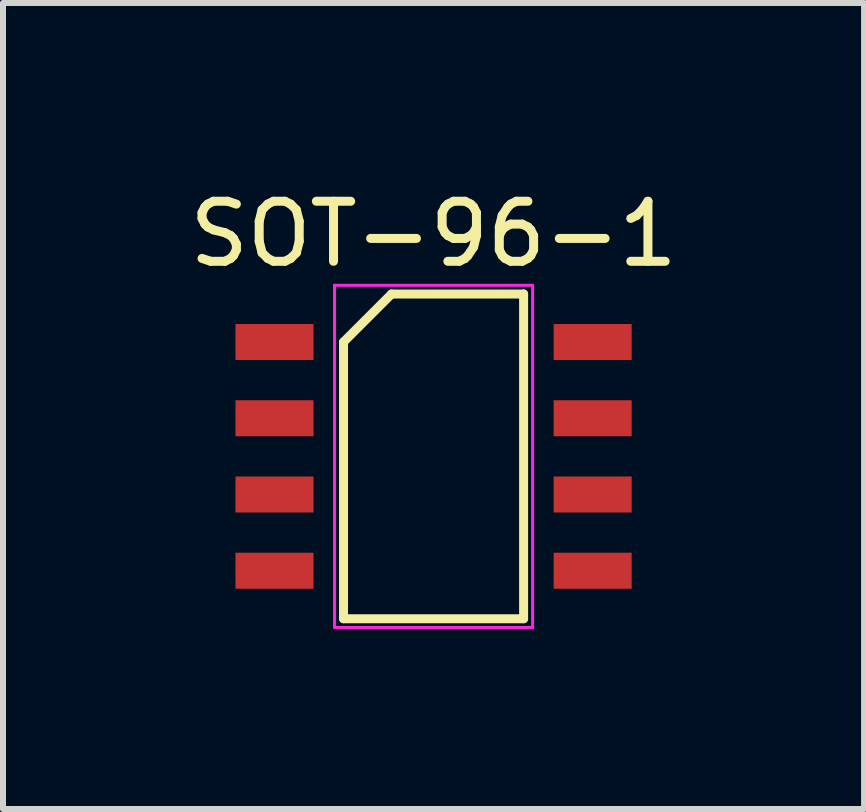
<source format=kicad_pcb>
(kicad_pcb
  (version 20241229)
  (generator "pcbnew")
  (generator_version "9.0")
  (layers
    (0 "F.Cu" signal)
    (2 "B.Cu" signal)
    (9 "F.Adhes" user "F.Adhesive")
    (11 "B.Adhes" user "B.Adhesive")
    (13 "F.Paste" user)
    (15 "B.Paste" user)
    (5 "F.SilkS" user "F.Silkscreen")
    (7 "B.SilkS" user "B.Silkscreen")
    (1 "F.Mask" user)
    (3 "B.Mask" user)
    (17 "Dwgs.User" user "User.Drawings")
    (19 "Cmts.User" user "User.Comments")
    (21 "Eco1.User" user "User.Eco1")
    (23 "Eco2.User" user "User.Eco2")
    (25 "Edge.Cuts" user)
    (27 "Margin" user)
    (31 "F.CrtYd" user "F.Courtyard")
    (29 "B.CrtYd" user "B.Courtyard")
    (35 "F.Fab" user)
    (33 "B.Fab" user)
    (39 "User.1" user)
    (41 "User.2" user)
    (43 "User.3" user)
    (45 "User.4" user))
  (footprint "SOT-96-1"
    (layer "F.Cu")
    (at 4.173 4.074)
    (property "Reference" "SOT-96-1" (at 0 -3.226 0) (layer "F.SilkS") (effects (font (size 1 1) (thickness 0.15))))
    (attr smd)
    (fp_line (start -1.5 -1.426) (end -0.7 -2.226) (stroke (width 0.15) (type solid)) (layer "F.SilkS"))
    (fp_line (start -1.5 3.184) (end -1.5 -1.426) (stroke (width 0.15) (type solid)) (layer "F.SilkS"))
    (fp_line (start -0.7 -2.226) (end 1.5 -2.226) (stroke (width 0.15) (type solid)) (layer "F.SilkS"))
    (fp_line (start 1.5 -2.226) (end 1.5 3.184) (stroke (width 0.15) (type solid)) (layer "F.SilkS"))
    (fp_line (start 1.5 3.184) (end -1.5 3.184) (stroke (width 0.15) (type solid)) (layer "F.SilkS"))
    (fp_line (start -1.65 -2.371) (end 1.65 -2.371) (stroke (width 0.05) (type solid)) (layer "F.CrtYd"))
    (fp_line (start -1.65 3.329) (end -1.65 -2.371) (stroke (width 0.05) (type solid)) (layer "F.CrtYd"))
    (fp_line (start 1.65 -2.371) (end 1.65 3.329) (stroke (width 0.05) (type solid)) (layer "F.CrtYd"))
    (fp_line (start 1.65 3.329) (end -1.65 3.329) (stroke (width 0.05) (type solid)) (layer "F.CrtYd"))
    (pad "1" smd rect (at -2.65 -1.426 270) (size 0.6 1.3) (layers "F.Cu" "F.Mask" "F.Paste"))
    (pad "2" smd rect (at -2.65 -0.156 270) (size 0.6 1.3) (layers "F.Cu" "F.Mask" "F.Paste"))
    (pad "3" smd rect (at -2.65 1.114 270) (size 0.6 1.3) (layers "F.Cu" "F.Mask" "F.Paste"))
    (pad "4" smd rect (at -2.65 2.384 270) (size 0.6 1.3) (layers "F.Cu" "F.Mask" "F.Paste"))
    (pad "5" smd rect (at 2.65 2.384 270) (size 0.6 1.3) (layers "F.Cu" "F.Mask" "F.Paste"))
    (pad "6" smd rect (at 2.65 1.114 270) (size 0.6 1.3) (layers "F.Cu" "F.Mask" "F.Paste"))
    (pad "7" smd rect (at 2.65 -0.156 270) (size 0.6 1.3) (layers "F.Cu" "F.Mask" "F.Paste"))
    (pad "8" smd rect (at 2.65 -1.426 270) (size 0.6 1.3) (layers "F.Cu" "F.Mask" "F.Paste")))
  (gr_rect
    (start -3 -3)
    (end 11.345 10.428)
    (stroke (width 0.1) (type default))
    (fill no)
    (layer "Edge.Cuts")))
</source>
